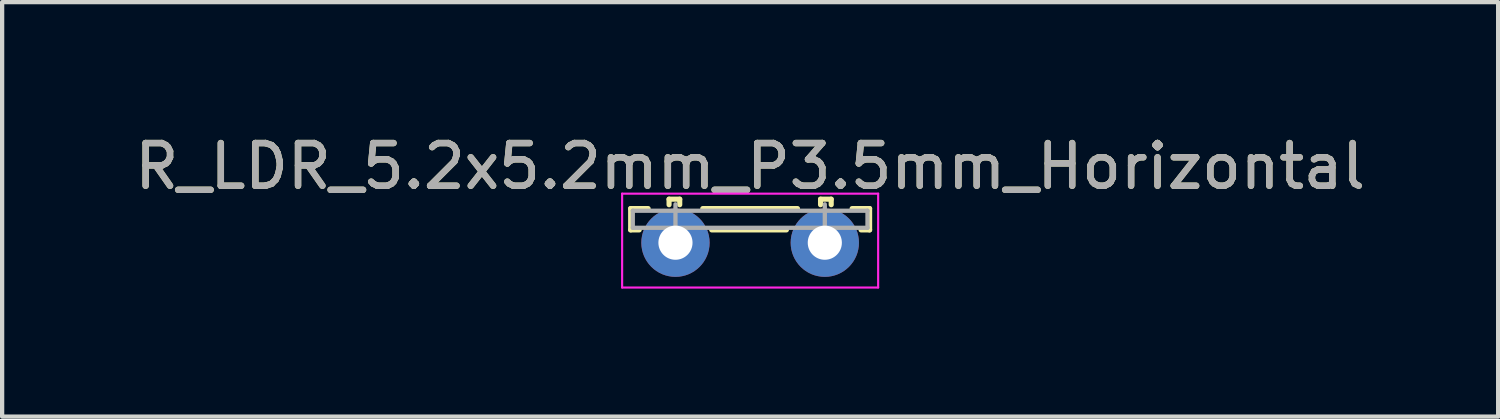
<source format=kicad_pcb>
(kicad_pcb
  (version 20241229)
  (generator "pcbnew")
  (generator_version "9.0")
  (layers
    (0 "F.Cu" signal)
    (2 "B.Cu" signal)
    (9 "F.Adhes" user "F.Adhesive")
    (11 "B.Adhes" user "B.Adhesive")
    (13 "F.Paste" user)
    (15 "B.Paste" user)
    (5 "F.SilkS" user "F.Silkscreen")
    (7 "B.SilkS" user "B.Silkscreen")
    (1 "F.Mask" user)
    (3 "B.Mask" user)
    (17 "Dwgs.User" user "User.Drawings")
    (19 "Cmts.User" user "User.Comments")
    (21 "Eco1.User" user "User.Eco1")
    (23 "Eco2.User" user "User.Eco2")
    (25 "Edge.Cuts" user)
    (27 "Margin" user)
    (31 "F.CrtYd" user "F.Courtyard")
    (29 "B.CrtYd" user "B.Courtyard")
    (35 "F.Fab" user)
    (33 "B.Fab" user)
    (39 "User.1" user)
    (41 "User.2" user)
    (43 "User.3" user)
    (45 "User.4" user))
  (footprint "R_LDR_5.2x5.2mm_P3.5mm_Horizontal"
    (layer "F.Cu")
    (at 12.78 2.638)
    (property "Reference" "R_LDR_5.2x5.2mm_P3.5mm_Horizontal" (at 1.75 -1.79 0) (layer "F.SilkS") (effects (font (size 1 1) (thickness 0.15))))
    (attr through_hole)
    (fp_line (start -1.05 -0.8) (end -1.05 -0.3) (stroke (width 0.12) (type solid)) (layer "F.SilkS"))
    (fp_line (start -1.05 -0.3) (end -0.85 -0.3) (stroke (width 0.12) (type solid)) (layer "F.SilkS"))
    (fp_line (start -0.64 -0.8) (end -1.05 -0.8) (stroke (width 0.12) (type solid)) (layer "F.SilkS"))
    (fp_line (start -0.15 -1.02) (end -0.15 -0.89) (stroke (width 0.12) (type solid)) (layer "F.SilkS"))
    (fp_line (start -0.15 -1.02) (end 0.1 -1.02) (stroke (width 0.12) (type solid)) (layer "F.SilkS"))
    (fp_line (start 0.1 -1.02) (end 0.1 -0.89) (stroke (width 0.12) (type solid)) (layer "F.SilkS"))
    (fp_line (start 0.85 -0.3) (end 2.6 -0.3) (stroke (width 0.12) (type solid)) (layer "F.SilkS"))
    (fp_line (start 2.86 -0.8) (end 0.64 -0.8) (stroke (width 0.12) (type solid)) (layer "F.SilkS"))
    (fp_line (start 3.4 -1.02) (end 3.4 -0.89) (stroke (width 0.12) (type solid)) (layer "F.SilkS"))
    (fp_line (start 3.4 -1.02) (end 3.65 -1.02) (stroke (width 0.12) (type solid)) (layer "F.SilkS"))
    (fp_line (start 3.65 -1.02) (end 3.65 -0.89) (stroke (width 0.12) (type solid)) (layer "F.SilkS"))
    (fp_line (start 4.35 -0.3) (end 4.55 -0.3) (stroke (width 0.12) (type solid)) (layer "F.SilkS"))
    (fp_line (start 4.55 -0.8) (end 4.14 -0.8) (stroke (width 0.12) (type solid)) (layer "F.SilkS"))
    (fp_line (start 4.55 -0.3) (end 4.55 -0.8) (stroke (width 0.12) (type solid)) (layer "F.SilkS"))
    (fp_line (start -1.25 -1.15) (end -1.25 1.05) (stroke (width 0.05) (type solid)) (layer "F.CrtYd"))
    (fp_line (start -1.25 -1.15) (end 4.75 -1.15) (stroke (width 0.05) (type solid)) (layer "F.CrtYd"))
    (fp_line (start 4.75 1.05) (end -1.25 1.05) (stroke (width 0.05) (type solid)) (layer "F.CrtYd"))
    (fp_line (start 4.75 1.05) (end 4.75 -1.15) (stroke (width 0.05) (type solid)) (layer "F.CrtYd"))
    (fp_line (start -1 -0.75) (end 4.5 -0.75) (stroke (width 0.1) (type solid)) (layer "F.Fab"))
    (fp_line (start -1 -0.35) (end -1 -0.75) (stroke (width 0.1) (type solid)) (layer "F.Fab"))
    (fp_line (start 0 0) (end 0 -0.9) (stroke (width 0.1) (type solid)) (layer "F.Fab"))
    (fp_line (start 3.5 0) (end 3.5 -0.9) (stroke (width 0.1) (type solid)) (layer "F.Fab"))
    (fp_line (start 4.5 -0.75) (end 4.5 -0.35) (stroke (width 0.1) (type solid)) (layer "F.Fab"))
    (fp_line (start 4.5 -0.35) (end -1 -0.35) (stroke (width 0.1) (type solid)) (layer "F.Fab"))
    (fp_text user "${REFERENCE}" (at 1.75 -1.79 0) (layer "F.Fab") (effects (font (size 1 1) (thickness 0.15))))
    (pad "1" thru_hole circle (at 0 0) (size 1.6 1.6) (drill 0.8) (layers "*.Cu" "*.Mask"))
    (pad "2" thru_hole circle (at 3.5 0) (size 1.6 1.6) (drill 0.8) (layers "*.Cu" "*.Mask")))
  (gr_rect
    (start -3 -3)
    (end 32.06 6.713)
    (stroke (width 0.1) (type default))
    (fill no)
    (layer "Edge.Cuts")))
</source>
